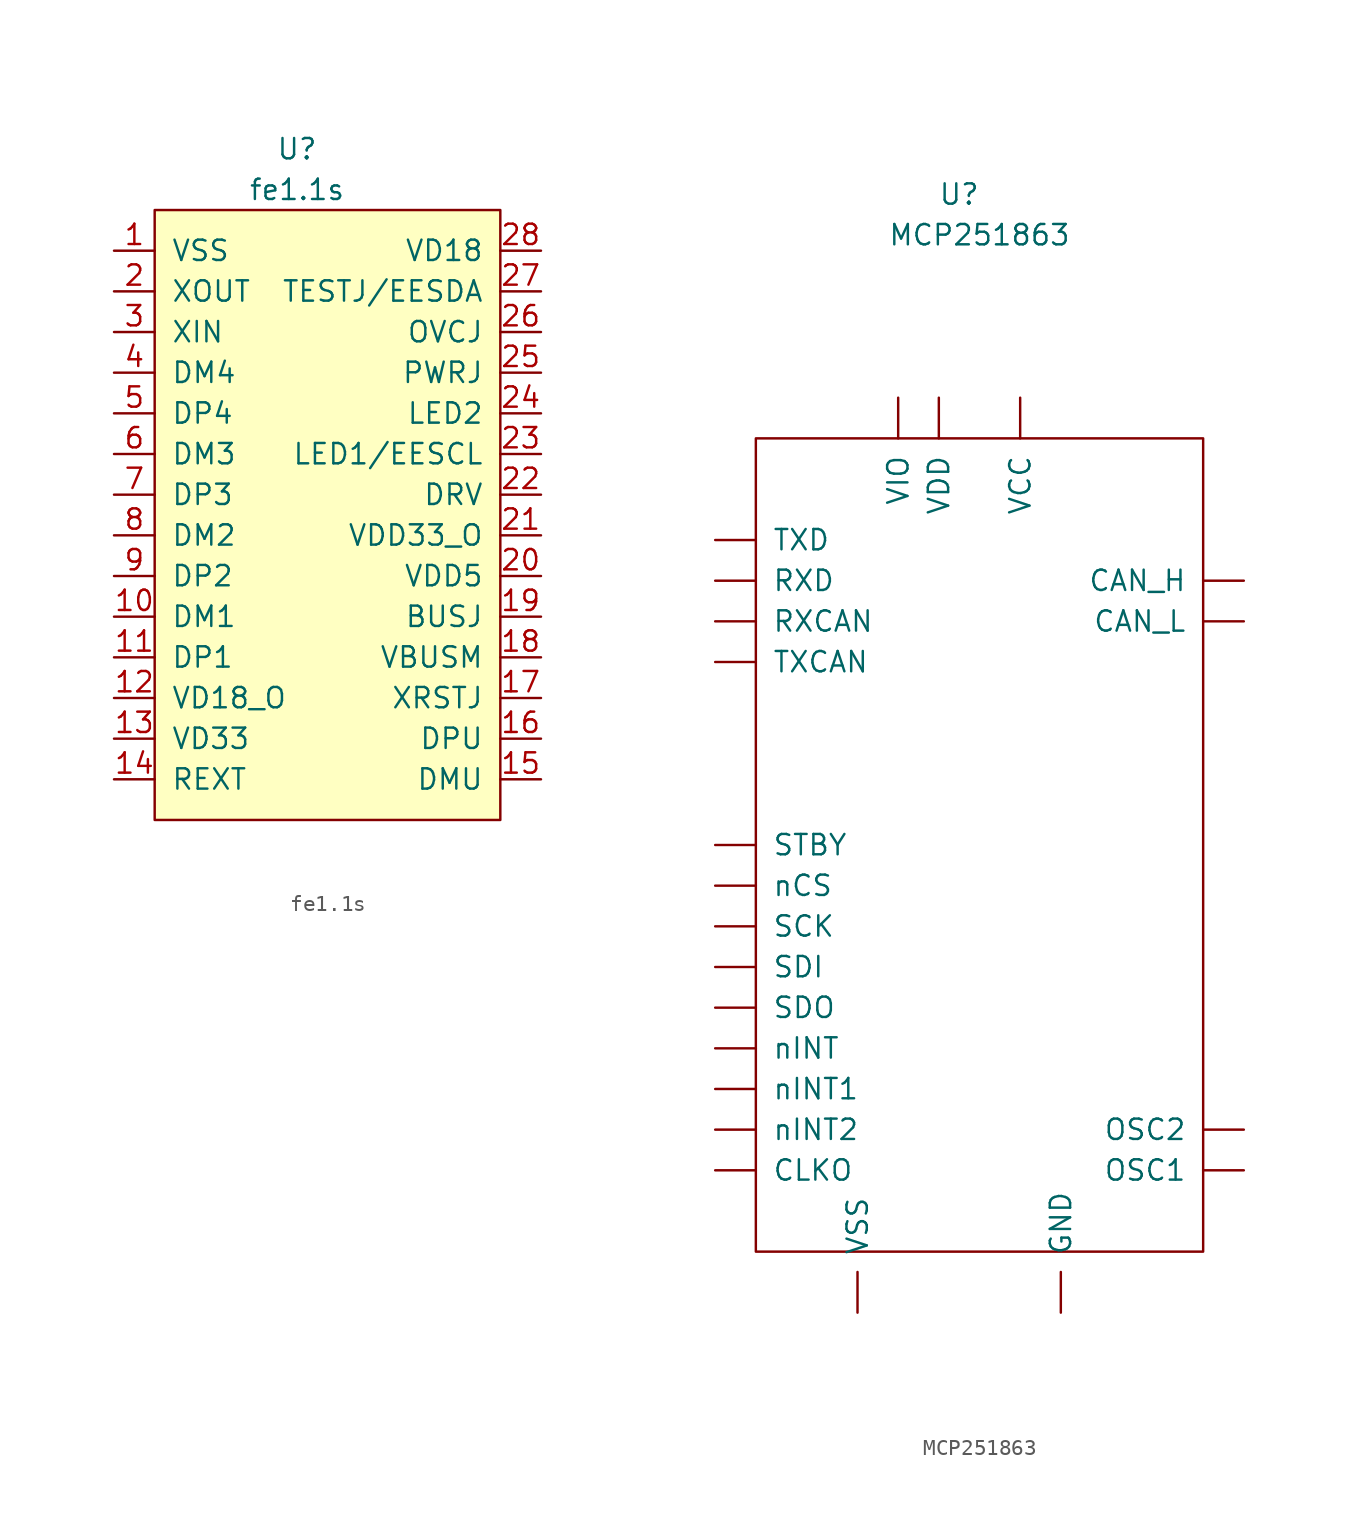
<source format=kicad_sym>
(kicad_symbol_lib
  (version 20231120)
  (generator "kicad_symbol_editor")
  (generator_version "8.0")
  (symbol "fe1.1s"
    (pin_names
      (offset 1.016))
    (property "Reference" "U"
      (at 0 22.86 0)
      (effects (font (size 1.27 1.27))))
    (property "Value" "fe1.1s"
      (at 0 20.32 0)
      (effects (font (size 1.27 1.27))))
    (symbol "fe1.1s_0_1"
      (rectangle (start -8.89 19.05) (end 12.7 -19.05) (stroke (width 0) (type solid)) (fill (type background))))
    (symbol "fe1.1s_1_1"
      (pin power_in line (at -11.43 16.51 0) (length 2.54) (name "VSS" (effects (font (size 1.27 1.27)))) (number "1" (effects (font (size 1.27 1.27)))))
      (pin bidirectional line (at -11.43 -6.35 0) (length 2.54) (name "DM1" (effects (font (size 1.27 1.27)))) (number "10" (effects (font (size 1.27 1.27)))))
      (pin bidirectional line (at -11.43 -8.89 0) (length 2.54) (name "DP1" (effects (font (size 1.27 1.27)))) (number "11" (effects (font (size 1.27 1.27)))))
      (pin power_out line (at -11.43 -11.43 0) (length 2.54) (name "VD18_O" (effects (font (size 1.27 1.27)))) (number "12" (effects (font (size 1.27 1.27)))))
      (pin power_in line (at -11.43 -13.97 0) (length 2.54) (name "VD33" (effects (font (size 1.27 1.27)))) (number "13" (effects (font (size 1.27 1.27)))))
      (pin bidirectional line (at -11.43 -16.51 0) (length 2.54) (name "REXT" (effects (font (size 1.27 1.27)))) (number "14" (effects (font (size 1.27 1.27)))))
      (pin bidirectional line (at 15.24 -16.51 180) (length 2.54) (name "DMU" (effects (font (size 1.27 1.27)))) (number "15" (effects (font (size 1.27 1.27)))))
      (pin bidirectional line (at 15.24 -13.97 180) (length 2.54) (name "DPU" (effects (font (size 1.27 1.27)))) (number "16" (effects (font (size 1.27 1.27)))))
      (pin bidirectional line (at 15.24 -11.43 180) (length 2.54) (name "XRSTJ" (effects (font (size 1.27 1.27)))) (number "17" (effects (font (size 1.27 1.27)))))
      (pin bidirectional line (at 15.24 -8.89 180) (length 2.54) (name "VBUSM" (effects (font (size 1.27 1.27)))) (number "18" (effects (font (size 1.27 1.27)))))
      (pin bidirectional line (at 15.24 -6.35 180) (length 2.54) (name "BUSJ" (effects (font (size 1.27 1.27)))) (number "19" (effects (font (size 1.27 1.27)))))
      (pin bidirectional line (at -11.43 13.97 0) (length 2.54) (name "XOUT" (effects (font (size 1.27 1.27)))) (number "2" (effects (font (size 1.27 1.27)))))
      (pin bidirectional line (at 15.24 -3.81 180) (length 2.54) (name "VDD5" (effects (font (size 1.27 1.27)))) (number "20" (effects (font (size 1.27 1.27)))))
      (pin bidirectional line (at 15.24 -1.27 180) (length 2.54) (name "VDD33_O" (effects (font (size 1.27 1.27)))) (number "21" (effects (font (size 1.27 1.27)))))
      (pin bidirectional line (at 15.24 1.27 180) (length 2.54) (name "DRV" (effects (font (size 1.27 1.27)))) (number "22" (effects (font (size 1.27 1.27)))))
      (pin bidirectional line (at 15.24 3.81 180) (length 2.54) (name "LED1/EESCL" (effects (font (size 1.27 1.27)))) (number "23" (effects (font (size 1.27 1.27)))))
      (pin bidirectional line (at 15.24 6.35 180) (length 2.54) (name "LED2" (effects (font (size 1.27 1.27)))) (number "24" (effects (font (size 1.27 1.27)))))
      (pin output line (at 15.24 8.89 180) (length 2.54) (name "PWRJ" (effects (font (size 1.27 1.27)))) (number "25" (effects (font (size 1.27 1.27)))))
      (pin input line (at 15.24 11.43 180) (length 2.54) (name "OVCJ" (effects (font (size 1.27 1.27)))) (number "26" (effects (font (size 1.27 1.27)))))
      (pin bidirectional line (at 15.24 13.97 180) (length 2.54) (name "TESTJ/EESDA" (effects (font (size 1.27 1.27)))) (number "27" (effects (font (size 1.27 1.27)))))
      (pin power_in line (at 15.24 16.51 180) (length 2.54) (name "VD18" (effects (font (size 1.27 1.27)))) (number "28" (effects (font (size 1.27 1.27)))))
      (pin bidirectional line (at -11.43 11.43 0) (length 2.54) (name "XIN" (effects (font (size 1.27 1.27)))) (number "3" (effects (font (size 1.27 1.27)))))
      (pin bidirectional line (at -11.43 8.89 0) (length 2.54) (name "DM4" (effects (font (size 1.27 1.27)))) (number "4" (effects (font (size 1.27 1.27)))))
      (pin bidirectional line (at -11.43 6.35 0) (length 2.54) (name "DP4" (effects (font (size 1.27 1.27)))) (number "5" (effects (font (size 1.27 1.27)))))
      (pin bidirectional line (at -11.43 3.81 0) (length 2.54) (name "DM3" (effects (font (size 1.27 1.27)))) (number "6" (effects (font (size 1.27 1.27)))))
      (pin bidirectional line (at -11.43 1.27 0) (length 2.54) (name "DP3" (effects (font (size 1.27 1.27)))) (number "7" (effects (font (size 1.27 1.27)))))
      (pin bidirectional line (at -11.43 -1.27 0) (length 2.54) (name "DM2" (effects (font (size 1.27 1.27)))) (number "8" (effects (font (size 1.27 1.27)))))
      (pin bidirectional line (at -11.43 -3.81 0) (length 2.54) (name "DP2" (effects (font (size 1.27 1.27)))) (number "9" (effects (font (size 1.27 1.27)))))))
  (symbol "MCP251863"
    (pin_names
      (offset 1.016))
    (property "Reference" "U"
      (at 0 41.91 0)
      (effects (font (size 1.27 1.27))))
    (property "Value" "MCP251863"
      (at 1.27 39.37 0)
      (effects (font (size 1.27 1.27))))
    (symbol "MCP251863_0_1"
      (rectangle (start -12.7 26.67) (end 15.24 -24.13) (stroke (width 0) (type default)) (fill (type none))))
    (symbol "MCP251863_1_1"
      (pin input line (at 17.78 17.78 180) (length 2.54) (name "CAN_H" (effects (font (size 1.27 1.27)))) (number "" (effects (font (size 1.27 1.27)))))
      (pin input line (at 17.78 15.24 180) (length 2.54) (name "CAN_L" (effects (font (size 1.27 1.27)))) (number "" (effects (font (size 1.27 1.27)))))
      (pin input line (at -15.24 -19.05 0) (length 2.54) (name "CLKO" (effects (font (size 1.27 1.27)))) (number "" (effects (font (size 1.27 1.27)))))
      (pin input line (at 6.35 -27.94 90) (length 2.54) (name "GND" (effects (font (size 1.27 1.27)))) (number "" (effects (font (size 1.27 1.27)))))
      (pin input line (at 17.78 -19.05 180) (length 2.54) (name "OSC1" (effects (font (size 1.27 1.27)))) (number "" (effects (font (size 1.27 1.27)))))
      (pin input line (at 17.78 -16.51 180) (length 2.54) (name "OSC2" (effects (font (size 1.27 1.27)))) (number "" (effects (font (size 1.27 1.27)))))
      (pin input line (at -15.24 15.24 0) (length 2.54) (name "RXCAN" (effects (font (size 1.27 1.27)))) (number "" (effects (font (size 1.27 1.27)))))
      (pin input line (at -15.24 17.78 0) (length 2.54) (name "RXD" (effects (font (size 1.27 1.27)))) (number "" (effects (font (size 1.27 1.27)))))
      (pin input line (at -15.24 -3.81 0) (length 2.54) (name "SCK" (effects (font (size 1.27 1.27)))) (number "" (effects (font (size 1.27 1.27)))))
      (pin input line (at -15.24 -6.35 0) (length 2.54) (name "SDI" (effects (font (size 1.27 1.27)))) (number "" (effects (font (size 1.27 1.27)))))
      (pin input line (at -15.24 -8.89 0) (length 2.54) (name "SDO" (effects (font (size 1.27 1.27)))) (number "" (effects (font (size 1.27 1.27)))))
      (pin input line (at -15.24 1.27 0) (length 2.54) (name "STBY" (effects (font (size 1.27 1.27)))) (number "" (effects (font (size 1.27 1.27)))))
      (pin input line (at -15.24 12.7 0) (length 2.54) (name "TXCAN" (effects (font (size 1.27 1.27)))) (number "" (effects (font (size 1.27 1.27)))))
      (pin input line (at -15.24 20.32 0) (length 2.54) (name "TXD" (effects (font (size 1.27 1.27)))) (number "" (effects (font (size 1.27 1.27)))))
      (pin input line (at 3.81 29.21 270) (length 2.54) (name "VCC" (effects (font (size 1.27 1.27)))) (number "" (effects (font (size 1.27 1.27)))))
      (pin input line (at -1.27 29.21 270) (length 2.54) (name "VDD" (effects (font (size 1.27 1.27)))) (number "" (effects (font (size 1.27 1.27)))))
      (pin input line (at -3.81 29.21 270) (length 2.54) (name "VIO" (effects (font (size 1.27 1.27)))) (number "" (effects (font (size 1.27 1.27)))))
      (pin input line (at -6.35 -27.94 90) (length 2.54) (name "VSS" (effects (font (size 1.27 1.27)))) (number "" (effects (font (size 1.27 1.27)))))
      (pin input line (at -15.24 -1.27 0) (length 2.54) (name "nCS" (effects (font (size 1.27 1.27)))) (number "" (effects (font (size 1.27 1.27)))))
      (pin input line (at -15.24 -11.43 0) (length 2.54) (name "nINT" (effects (font (size 1.27 1.27)))) (number "" (effects (font (size 1.27 1.27)))))
      (pin input line (at -15.24 -13.97 0) (length 2.54) (name "nINT1" (effects (font (size 1.27 1.27)))) (number "" (effects (font (size 1.27 1.27)))))
      (pin input line (at -15.24 -16.51 0) (length 2.54) (name "nINT2" (effects (font (size 1.27 1.27)))) (number "" (effects (font (size 1.27 1.27))))))))
</source>
